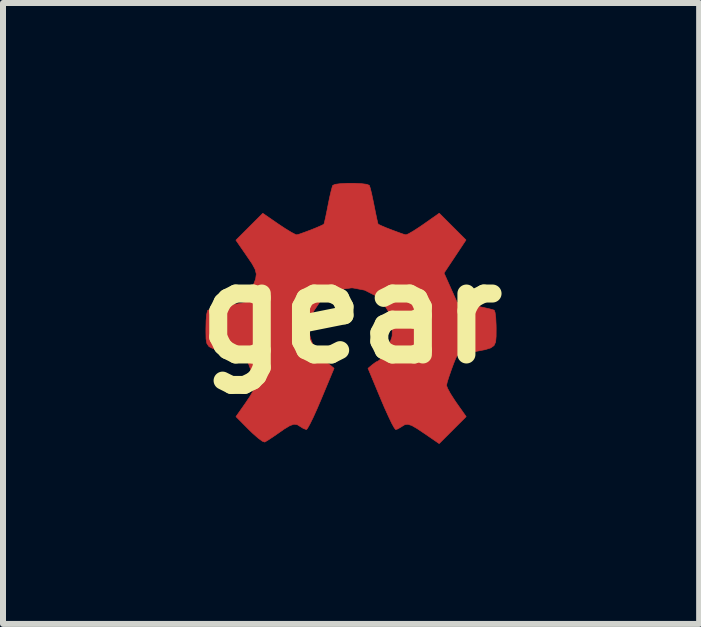
<source format=kicad_pcb>
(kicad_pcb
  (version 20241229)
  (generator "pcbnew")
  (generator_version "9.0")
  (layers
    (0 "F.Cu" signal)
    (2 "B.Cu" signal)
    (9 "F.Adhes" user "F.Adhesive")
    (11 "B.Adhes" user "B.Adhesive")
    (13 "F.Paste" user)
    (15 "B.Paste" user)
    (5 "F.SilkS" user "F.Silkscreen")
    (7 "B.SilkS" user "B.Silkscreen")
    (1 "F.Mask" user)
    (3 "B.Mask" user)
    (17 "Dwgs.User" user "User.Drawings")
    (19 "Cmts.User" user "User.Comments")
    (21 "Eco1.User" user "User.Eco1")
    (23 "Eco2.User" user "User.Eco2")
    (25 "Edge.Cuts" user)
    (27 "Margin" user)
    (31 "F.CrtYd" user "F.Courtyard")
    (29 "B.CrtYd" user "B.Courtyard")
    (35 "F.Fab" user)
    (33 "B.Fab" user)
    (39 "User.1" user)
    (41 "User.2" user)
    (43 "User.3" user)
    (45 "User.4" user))
  (footprint "gear"
    (layer "F.Cu")
    (at 2.801 2.169)
    (property "Reference" "gear" (at 0 0 0) (layer "F.SilkS") (effects (font (size 1.524 1.524) (thickness 0.3))))
    (attr through_hole)
    (fp_poly (pts (xy 0.174 -2.158) (xy 0.262 -2.147) (xy 0.304 -2.13) (xy 0.305 -2.129) (xy 0.32 -2.084) (xy 0.343 -1.992) (xy 0.369 -1.869) (xy 0.385 -1.791) (xy 0.411 -1.661) (xy 0.433 -1.557) (xy 0.448 -1.494) (xy 0.453 -1.482) (xy 0.503 -1.458) (xy 0.59 -1.421) (xy 0.694 -1.381) (xy 0.796 -1.343) (xy 0.876 -1.315) (xy 0.916 -1.305) (xy 0.958 -1.322) (xy 1.039 -1.369) (xy 1.144 -1.437) (xy 1.214 -1.485) (xy 1.47 -1.665) (xy 1.916 -1.219) (xy 1.733 -0.943) (xy 1.55 -0.668) (xy 1.659 -0.424) (xy 1.768 -0.18) (xy 2.061 -0.124) (xy 2.193 -0.097) (xy 2.301 -0.073) (xy 2.371 -0.054) (xy 2.387 -0.048) (xy 2.401 -0.009) (xy 2.412 0.078) (xy 2.418 0.199) (xy 2.419 0.257) (xy 2.418 0.39) (xy 2.41 0.481) (xy 2.383 0.541) (xy 2.328 0.58) (xy 2.235 0.609) (xy 2.094 0.636) (xy 2.027 0.648) (xy 1.91 0.671) (xy 1.82 0.69) (xy 1.773 0.703) (xy 1.77 0.705) (xy 1.746 0.751) (xy 1.711 0.838) (xy 1.671 0.946) (xy 1.633 1.056) (xy 1.604 1.147) (xy 1.592 1.201) (xy 1.591 1.204) (xy 1.609 1.254) (xy 1.656 1.341) (xy 1.724 1.447) (xy 1.755 1.493) (xy 1.919 1.725) (xy 1.469 2.175) (xy 1.23 2.011) (xy 1.102 1.925) (xy 1.012 1.873) (xy 0.948 1.853) (xy 0.897 1.859) (xy 0.847 1.889) (xy 0.842 1.893) (xy 0.78 1.93) (xy 0.744 1.941) (xy 0.721 1.913) (xy 0.678 1.836) (xy 0.622 1.718) (xy 0.555 1.57) (xy 0.496 1.431) (xy 0.283 0.92) (xy 0.356 0.859) (xy 0.416 0.815) (xy 0.454 0.797) (xy 0.491 0.769) (xy 0.541 0.699) (xy 0.595 0.604) (xy 0.644 0.502) (xy 0.678 0.41) (xy 0.685 0.379) (xy 0.689 0.179) (xy 0.637 -0.005) (xy 0.537 -0.167) (xy 0.398 -0.296) (xy 0.226 -0.383) (xy 0.029 -0.42) (xy 0 -0.42) (xy -0.199 -0.391) (xy -0.375 -0.31) (xy -0.52 -0.187) (xy -0.626 -0.029) (xy -0.685 0.153) (xy -0.689 0.35) (xy -0.685 0.379) (xy -0.661 0.461) (xy -0.617 0.561) (xy -0.564 0.661) (xy -0.511 0.743) (xy -0.467 0.791) (xy -0.454 0.797) (xy -0.414 0.816) (xy -0.356 0.859) (xy -0.283 0.92) (xy -0.496 1.431) (xy -0.567 1.597) (xy -0.632 1.741) (xy -0.687 1.852) (xy -0.726 1.921) (xy -0.744 1.941) (xy -0.796 1.922) (xy -0.842 1.893) (xy -0.897 1.859) (xy -0.952 1.852) (xy -1.02 1.876) (xy -1.115 1.933) (xy -1.196 1.99) (xy -1.297 2.06) (xy -1.382 2.116) (xy -1.434 2.147) (xy -1.439 2.149) (xy -1.478 2.135) (xy -1.55 2.082) (xy -1.643 2) (xy -1.7 1.945) (xy -1.918 1.725) (xy -1.755 1.493) (xy -1.681 1.382) (xy -1.625 1.286) (xy -1.595 1.219) (xy -1.591 1.204) (xy -1.602 1.154) (xy -1.63 1.066) (xy -1.667 0.957) (xy -1.707 0.848) (xy -1.743 0.758) (xy -1.768 0.707) (xy -1.77 0.705) (xy -1.803 0.694) (xy -1.884 0.676) (xy -1.995 0.654) (xy -2.027 0.648) (xy -2.189 0.618) (xy -2.299 0.592) (xy -2.367 0.558) (xy -2.403 0.506) (xy -2.417 0.428) (xy -2.419 0.311) (xy -2.419 0.257) (xy -2.416 0.127) (xy -2.407 0.024) (xy -2.393 -0.038) (xy -2.387 -0.048) (xy -2.343 -0.062) (xy -2.252 -0.084) (xy -2.13 -0.109) (xy -2.061 -0.122) (xy -1.767 -0.177) (xy -1.698 -0.319) (xy -1.63 -0.464) (xy -1.59 -0.569) (xy -1.579 -0.652) (xy -1.599 -0.731) (xy -1.649 -0.823) (xy -1.733 -0.946) (xy -1.736 -0.951) (xy -1.919 -1.216) (xy -1.695 -1.44) (xy -1.471 -1.664) (xy -1.21 -1.484) (xy -1.095 -1.408) (xy -0.997 -1.348) (xy -0.928 -1.312) (xy -0.907 -1.305) (xy -0.864 -1.316) (xy -0.782 -1.345) (xy -0.68 -1.383) (xy -0.578 -1.424) (xy -0.495 -1.46) (xy -0.453 -1.481) (xy -0.443 -1.513) (xy -0.425 -1.593) (xy -0.401 -1.709) (xy -0.385 -1.791) (xy -0.358 -1.925) (xy -0.332 -2.037) (xy -0.312 -2.11) (xy -0.305 -2.129) (xy -0.263 -2.147) (xy -0.177 -2.158) (xy -0.063 -2.164) (xy 0.06 -2.164) (xy 0.174 -2.158)) (stroke (width 0.01) (type solid)) (fill yes) (layer "F.Cu")))
  (gr_rect
    (start -3 -3)
    (end 8.603 7.349)
    (stroke (width 0.1) (type default))
    (fill no)
    (layer "Edge.Cuts")))
</source>
